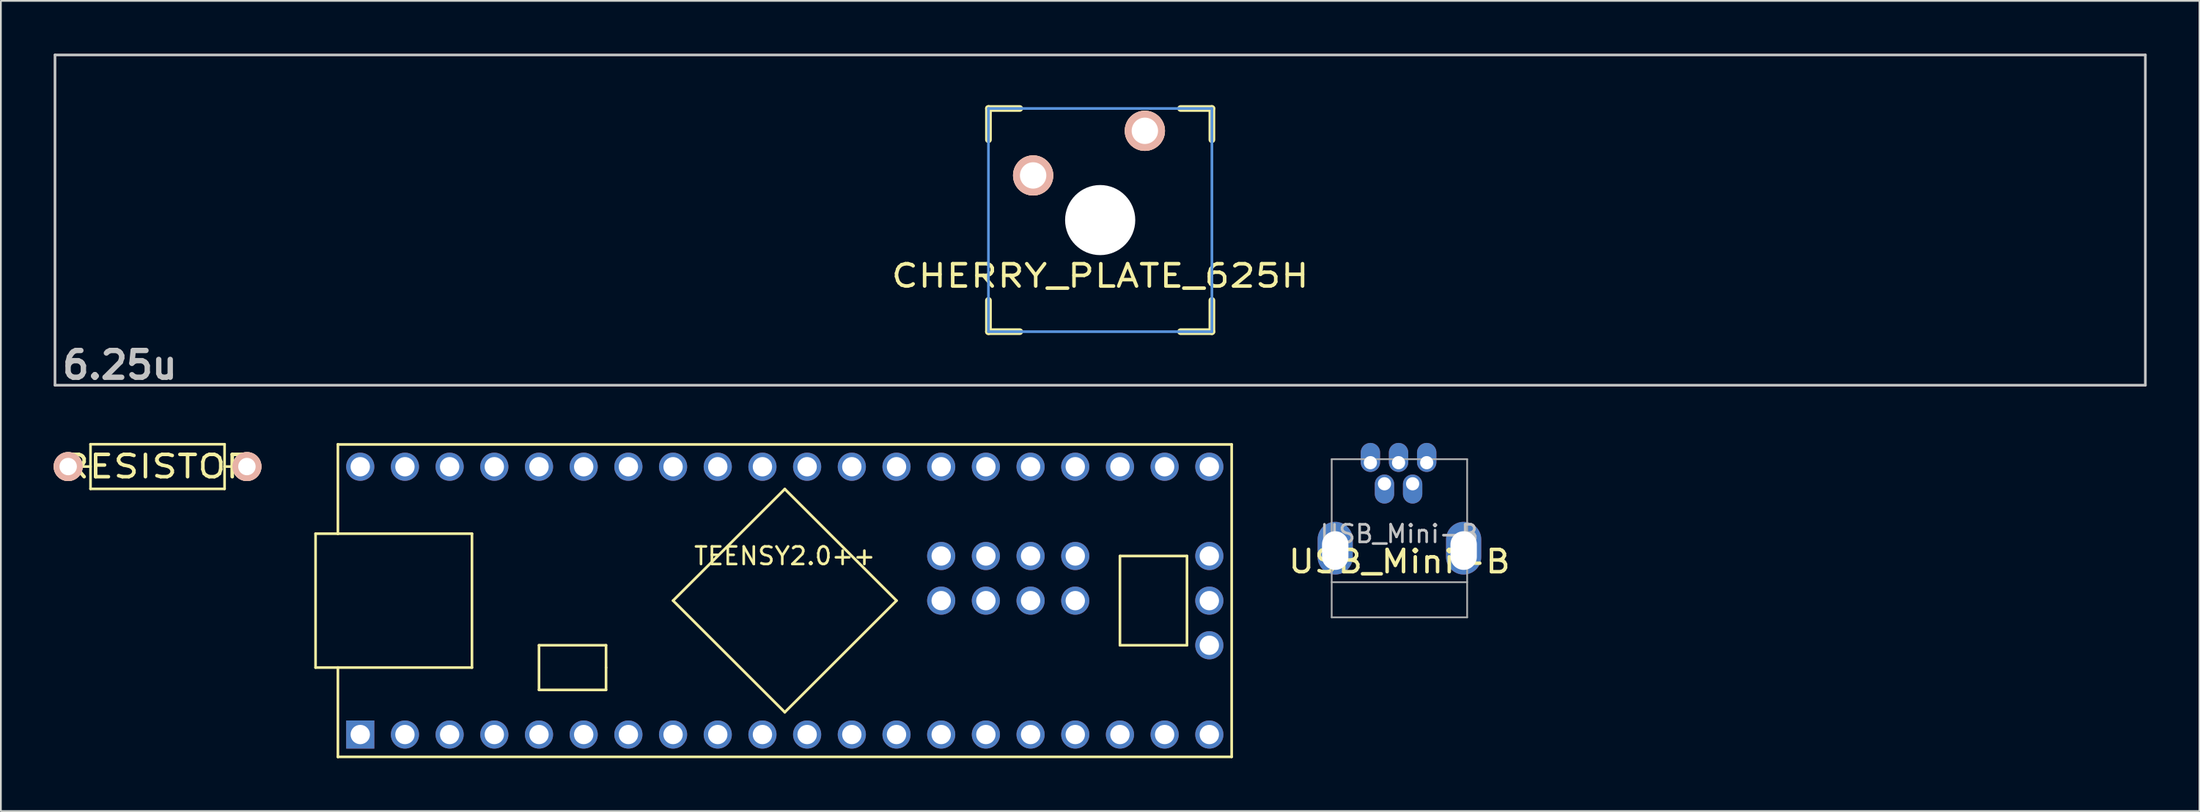
<source format=kicad_pcb>
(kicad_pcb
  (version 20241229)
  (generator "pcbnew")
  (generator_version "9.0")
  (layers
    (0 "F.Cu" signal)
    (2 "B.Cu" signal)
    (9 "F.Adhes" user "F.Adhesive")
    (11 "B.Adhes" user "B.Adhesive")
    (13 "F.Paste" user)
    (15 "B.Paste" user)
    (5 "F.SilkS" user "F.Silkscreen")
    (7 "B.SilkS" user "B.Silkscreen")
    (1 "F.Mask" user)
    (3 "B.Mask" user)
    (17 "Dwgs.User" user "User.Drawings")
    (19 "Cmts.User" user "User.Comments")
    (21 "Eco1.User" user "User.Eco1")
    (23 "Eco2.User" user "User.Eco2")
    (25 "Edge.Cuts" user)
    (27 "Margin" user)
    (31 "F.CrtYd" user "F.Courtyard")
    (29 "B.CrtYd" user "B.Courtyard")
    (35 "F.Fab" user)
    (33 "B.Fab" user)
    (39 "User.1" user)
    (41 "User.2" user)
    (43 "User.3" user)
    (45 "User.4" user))
  (footprint "RESISTOR"
    (layer "F.Cu")
    (at 5.905 23.501)
    (property "Reference" "RESISTOR" (at 0 0 0) (layer "F.SilkS") (effects (font (size 1.27 1.524) (thickness 0.203))))
    (attr through_hole)
    (fp_line (start -3.81 -1.27) (end -3.81 1.27) (stroke (width 0.15) (type solid)) (layer "F.SilkS"))
    (fp_line (start -3.81 0) (end -4.445 0) (stroke (width 0.15) (type solid)) (layer "F.SilkS"))
    (fp_line (start -3.81 1.27) (end 3.81 1.27) (stroke (width 0.15) (type solid)) (layer "F.SilkS"))
    (fp_line (start 3.81 -1.27) (end -3.81 -1.27) (stroke (width 0.15) (type solid)) (layer "F.SilkS"))
    (fp_line (start 3.81 0) (end 4.445 0) (stroke (width 0.15) (type solid)) (layer "F.SilkS"))
    (fp_line (start 3.81 1.27) (end 3.81 -1.27) (stroke (width 0.15) (type solid)) (layer "F.SilkS"))
    (pad "1" thru_hole circle (at -5.08 0) (size 1.651 1.651) (drill 0.991) (layers "*.Cu" "*.SilkS" "*.Mask"))
    (pad "2" thru_hole circle (at 5.08 0) (size 1.651 1.651) (drill 0.991) (layers "*.Cu" "*.SilkS" "*.Mask")))
  (footprint "CHERRY_PLATE_625H"
    (layer "F.Cu")
    (at 59.482 9.474)
    (property "Reference" "CHERRY_PLATE_625H" (at 0 3.175 0) (layer "F.SilkS") (effects (font (size 1.27 1.524) (thickness 0.203))))
    (attr through_hole)
    (fp_line (start -6.35 -6.35) (end -4.572 -6.35) (stroke (width 0.381) (type solid)) (layer "F.SilkS"))
    (fp_line (start -6.35 -4.572) (end -6.35 -6.35) (stroke (width 0.381) (type solid)) (layer "F.SilkS"))
    (fp_line (start -6.35 6.35) (end -6.35 4.572) (stroke (width 0.381) (type solid)) (layer "F.SilkS"))
    (fp_line (start -4.572 6.35) (end -6.35 6.35) (stroke (width 0.381) (type solid)) (layer "F.SilkS"))
    (fp_line (start 4.572 -6.35) (end 6.35 -6.35) (stroke (width 0.381) (type solid)) (layer "F.SilkS"))
    (fp_line (start 6.35 -6.35) (end 6.35 -4.572) (stroke (width 0.381) (type solid)) (layer "F.SilkS"))
    (fp_line (start 6.35 4.572) (end 6.35 6.35) (stroke (width 0.381) (type solid)) (layer "F.SilkS"))
    (fp_line (start 6.35 6.35) (end 4.572 6.35) (stroke (width 0.381) (type solid)) (layer "F.SilkS"))
    (fp_line (start -59.406 -9.398) (end 59.406 -9.398) (stroke (width 0.152) (type solid)) (layer "Dwgs.User"))
    (fp_line (start -59.406 9.398) (end -59.406 -9.398) (stroke (width 0.152) (type solid)) (layer "Dwgs.User"))
    (fp_line (start 59.406 -9.398) (end 59.406 9.398) (stroke (width 0.152) (type solid)) (layer "Dwgs.User"))
    (fp_line (start 59.406 9.398) (end -59.406 9.398) (stroke (width 0.152) (type solid)) (layer "Dwgs.User"))
    (fp_line (start -6.35 -6.35) (end 6.35 -6.35) (stroke (width 0.152) (type solid)) (layer "Cmts.User"))
    (fp_line (start -6.35 6.35) (end -6.35 -6.35) (stroke (width 0.152) (type solid)) (layer "Cmts.User"))
    (fp_line (start 6.35 -6.35) (end 6.35 6.35) (stroke (width 0.152) (type solid)) (layer "Cmts.User"))
    (fp_line (start 6.35 6.35) (end -6.35 6.35) (stroke (width 0.152) (type solid)) (layer "Cmts.User"))
    (fp_text user "6.25u" (at -55.723 8.255 0) (layer "Dwgs.User") (effects (font (size 1.524 1.524) (thickness 0.305))))
    (pad "" np_thru_hole circle (at 0 0) (size 3.988 3.988) (drill 3.988) (layers "*.Cu"))
    (pad "1" thru_hole circle (at 2.54 -5.08) (size 2.286 2.286) (drill 1.499) (layers "*.Cu" "*.SilkS" "*.Mask"))
    (pad "2" thru_hole circle (at -3.81 -2.54) (size 2.286 2.286) (drill 1.499) (layers "*.Cu" "*.SilkS" "*.Mask")))
  (footprint "USB_Mini-B"
    (layer "F.Cu")
    (at 80.301 32.081)
    (property "Reference" "USB_Mini-B" (at -3.81 -3.175 0) (layer "F.SilkS") (effects (font (size 1.27 1.4) (thickness 0.2))))
    (attr smd)
    (fp_line (start -7.66 -9) (end -7.66 0) (stroke (width 0.1) (type solid)) (layer "F.Fab"))
    (fp_line (start -7.66 -9) (end 0.04 -9) (stroke (width 0.1) (type solid)) (layer "F.Fab"))
    (fp_line (start -7.66 -2) (end 0.04 -2) (stroke (width 0.1) (type solid)) (layer "F.Fab"))
    (fp_line (start -7.66 0) (end 0.04 0) (stroke (width 0.1) (type solid)) (layer "F.Fab"))
    (fp_line (start 0.04 0) (end 0.04 -9) (stroke (width 0.1) (type solid)) (layer "F.Fab"))
    (fp_text user "${REFERENCE}" (at -3.81 -4.75 0) (layer "Dwgs.User") (effects (font (size 1 1) (thickness 0.15))))
    (pad "1" thru_hole oval (at -2.26 -8.8) (size 1.1 1.65) (drill oval 0.75 (offset 0 -0.3)) (layers "*.Cu" "*.Mask"))
    (pad "2" thru_hole oval (at -3.86 -8.8) (size 1.1 1.65) (drill oval 0.75 (offset 0 -0.3)) (layers "*.Cu" "*.Mask"))
    (pad "3" thru_hole oval (at -5.46 -8.8) (size 1.1 1.65) (drill oval 0.75 (offset 0 -0.3)) (layers "*.Cu" "*.Mask"))
    (pad "4" thru_hole oval (at -3.06 -7.6) (size 1.1 1.65) (drill oval 0.75 (offset 0 0.3)) (layers "*.Cu" "*.Mask"))
    (pad "5" thru_hole oval (at -4.66 -7.6) (size 1.1 1.65) (drill oval 0.75 (offset 0 0.3)) (layers "*.Cu" "*.Mask"))
    (pad "6" thru_hole oval (at -0.16 -3.8) (size 2 3) (drill oval 1.5 2.2 (offset 0 -0.135)) (layers "*.Cu" "*.Mask"))
    (pad "7" thru_hole oval (at -7.46 -3.8) (size 2 3) (drill oval 1.5 2.2 (offset 0 -0.135)) (layers "*.Cu" "*.Mask")))
  (footprint "TEENSY2.0++"
    (layer "F.Cu")
    (at 41.556 31.131)
    (property "Reference" "TEENSY2.0++" (at 0 -2.54 0) (layer "F.SilkS") (effects (font (size 1 1) (thickness 0.15))))
    (attr through_hole)
    (fp_line (start -26.67 -3.81) (end -26.67 3.81) (stroke (width 0.15) (type solid)) (layer "F.SilkS"))
    (fp_line (start -25.4 -8.9) (end -25.4 -3.8) (stroke (width 0.15) (type solid)) (layer "F.SilkS"))
    (fp_line (start -25.4 -8.89) (end 25.4 -8.89) (stroke (width 0.15) (type solid)) (layer "F.SilkS"))
    (fp_line (start -25.4 8.9) (end -25.4 3.8) (stroke (width 0.15) (type solid)) (layer "F.SilkS"))
    (fp_line (start -17.78 -3.81) (end -26.67 -3.81) (stroke (width 0.15) (type solid)) (layer "F.SilkS"))
    (fp_line (start -17.78 3.81) (end -26.67 3.81) (stroke (width 0.15) (type solid)) (layer "F.SilkS"))
    (fp_line (start -17.78 3.81) (end -17.78 -3.81) (stroke (width 0.15) (type solid)) (layer "F.SilkS"))
    (fp_line (start -13.97 2.54) (end -13.97 5.08) (stroke (width 0.15) (type solid)) (layer "F.SilkS"))
    (fp_line (start -13.97 5.08) (end -10.16 5.08) (stroke (width 0.15) (type solid)) (layer "F.SilkS"))
    (fp_line (start -10.16 2.54) (end -13.97 2.54) (stroke (width 0.15) (type solid)) (layer "F.SilkS"))
    (fp_line (start -10.16 3.81) (end -10.16 2.54) (stroke (width 0.15) (type solid)) (layer "F.SilkS"))
    (fp_line (start -10.16 5.08) (end -10.16 3.81) (stroke (width 0.15) (type solid)) (layer "F.SilkS"))
    (fp_line (start -6.35 0) (end 0 -6.35) (stroke (width 0.15) (type solid)) (layer "F.SilkS"))
    (fp_line (start 0 -6.35) (end 6.35 0) (stroke (width 0.15) (type solid)) (layer "F.SilkS"))
    (fp_line (start 0 6.35) (end -6.35 0) (stroke (width 0.15) (type solid)) (layer "F.SilkS"))
    (fp_line (start 6.35 0) (end 0 6.35) (stroke (width 0.15) (type solid)) (layer "F.SilkS"))
    (fp_line (start 19.05 -2.54) (end 22.86 -2.54) (stroke (width 0.15) (type solid)) (layer "F.SilkS"))
    (fp_line (start 19.05 2.54) (end 19.05 -2.54) (stroke (width 0.15) (type solid)) (layer "F.SilkS"))
    (fp_line (start 22.86 -2.54) (end 22.86 2.54) (stroke (width 0.15) (type solid)) (layer "F.SilkS"))
    (fp_line (start 22.86 2.54) (end 19.05 2.54) (stroke (width 0.15) (type solid)) (layer "F.SilkS"))
    (fp_line (start 25.4 -8.89) (end 25.4 8.89) (stroke (width 0.15) (type solid)) (layer "F.SilkS"))
    (fp_line (start 25.4 8.89) (end -25.4 8.89) (stroke (width 0.15) (type solid)) (layer "F.SilkS"))
    (pad "1" thru_hole rect (at -24.13 7.62) (size 1.6 1.6) (drill 1.1) (layers "*.Cu" "*.Mask"))
    (pad "2" thru_hole circle (at -21.59 7.62) (size 1.6 1.6) (drill 1.1) (layers "*.Cu" "*.Mask"))
    (pad "3" thru_hole circle (at -19.05 7.62) (size 1.6 1.6) (drill 1.1) (layers "*.Cu" "*.Mask"))
    (pad "4" thru_hole circle (at -16.51 7.62) (size 1.6 1.6) (drill 1.1) (layers "*.Cu" "*.Mask"))
    (pad "5" thru_hole circle (at -13.97 7.62) (size 1.6 1.6) (drill 1.1) (layers "*.Cu" "*.Mask"))
    (pad "6" thru_hole circle (at -11.43 7.62) (size 1.6 1.6) (drill 1.1) (layers "*.Cu" "*.Mask"))
    (pad "7" thru_hole circle (at -8.89 7.62) (size 1.6 1.6) (drill 1.1) (layers "*.Cu" "*.Mask"))
    (pad "8" thru_hole circle (at -6.35 7.62) (size 1.6 1.6) (drill 1.1) (layers "*.Cu" "*.Mask"))
    (pad "9" thru_hole circle (at -3.81 7.62) (size 1.6 1.6) (drill 1.1) (layers "*.Cu" "*.Mask"))
    (pad "10" thru_hole circle (at -1.27 7.62) (size 1.6 1.6) (drill 1.1) (layers "*.Cu" "*.Mask"))
    (pad "11" thru_hole circle (at 1.27 7.62) (size 1.6 1.6) (drill 1.1) (layers "*.Cu" "*.Mask"))
    (pad "12" thru_hole circle (at 3.81 7.62) (size 1.6 1.6) (drill 1.1) (layers "*.Cu" "*.Mask"))
    (pad "13" thru_hole circle (at 6.35 7.62) (size 1.6 1.6) (drill 1.1) (layers "*.Cu" "*.Mask"))
    (pad "14" thru_hole circle (at 8.89 7.62) (size 1.6 1.6) (drill 1.1) (layers "*.Cu" "*.Mask"))
    (pad "15" thru_hole circle (at 11.43 7.62) (size 1.6 1.6) (drill 1.1) (layers "*.Cu" "*.Mask"))
    (pad "16" thru_hole circle (at 13.97 7.62) (size 1.6 1.6) (drill 1.1) (layers "*.Cu" "*.Mask"))
    (pad "17" thru_hole circle (at 16.51 7.62) (size 1.6 1.6) (drill 1.1) (layers "*.Cu" "*.Mask"))
    (pad "18" thru_hole circle (at 19.05 7.62) (size 1.6 1.6) (drill 1.1) (layers "*.Cu" "*.Mask"))
    (pad "19" thru_hole circle (at 21.59 7.62) (size 1.6 1.6) (drill 1.1) (layers "*.Cu" "*.Mask"))
    (pad "20" thru_hole circle (at 24.13 7.62) (size 1.6 1.6) (drill 1.1) (layers "*.Cu" "*.Mask"))
    (pad "21" thru_hole circle (at 24.13 2.54) (size 1.6 1.6) (drill 1.1) (layers "*.Cu" "*.Mask"))
    (pad "22" thru_hole circle (at 24.13 0) (size 1.6 1.6) (drill 1.1) (layers "*.Cu" "*.Mask"))
    (pad "23" thru_hole circle (at 24.13 -2.54) (size 1.6 1.6) (drill 1.1) (layers "*.Cu" "*.Mask"))
    (pad "24" thru_hole circle (at 24.13 -7.62) (size 1.6 1.6) (drill 1.1) (layers "*.Cu" "*.Mask"))
    (pad "25" thru_hole circle (at 21.59 -7.62) (size 1.6 1.6) (drill 1.1) (layers "*.Cu" "*.Mask"))
    (pad "26" thru_hole circle (at 19.05 -7.62) (size 1.6 1.6) (drill 1.1) (layers "*.Cu" "*.Mask"))
    (pad "27" thru_hole circle (at 16.51 -7.62) (size 1.6 1.6) (drill 1.1) (layers "*.Cu" "*.Mask"))
    (pad "28" thru_hole circle (at 13.97 -7.62) (size 1.6 1.6) (drill 1.1) (layers "*.Cu" "*.Mask"))
    (pad "29" thru_hole circle (at 11.43 -7.62) (size 1.6 1.6) (drill 1.1) (layers "*.Cu" "*.Mask"))
    (pad "30" thru_hole circle (at 8.89 -7.62) (size 1.6 1.6) (drill 1.1) (layers "*.Cu" "*.Mask"))
    (pad "31" thru_hole circle (at 6.35 -7.62) (size 1.6 1.6) (drill 1.1) (layers "*.Cu" "*.Mask"))
    (pad "32" thru_hole circle (at 3.81 -7.62) (size 1.6 1.6) (drill 1.1) (layers "*.Cu" "*.Mask"))
    (pad "33" thru_hole circle (at 1.27 -7.62) (size 1.6 1.6) (drill 1.1) (layers "*.Cu" "*.Mask"))
    (pad "34" thru_hole circle (at -1.27 -7.62) (size 1.6 1.6) (drill 1.1) (layers "*.Cu" "*.Mask"))
    (pad "35" thru_hole circle (at -3.81 -7.62) (size 1.6 1.6) (drill 1.1) (layers "*.Cu" "*.Mask"))
    (pad "36" thru_hole circle (at -6.35 -7.62) (size 1.6 1.6) (drill 1.1) (layers "*.Cu" "*.Mask"))
    (pad "37" thru_hole circle (at -8.89 -7.62) (size 1.6 1.6) (drill 1.1) (layers "*.Cu" "*.Mask"))
    (pad "38" thru_hole circle (at -11.43 -7.62) (size 1.6 1.6) (drill 1.1) (layers "*.Cu" "*.Mask"))
    (pad "39" thru_hole circle (at -13.97 -7.62) (size 1.6 1.6) (drill 1.1) (layers "*.Cu" "*.Mask"))
    (pad "40" thru_hole circle (at -16.51 -7.62) (size 1.6 1.6) (drill 1.1) (layers "*.Cu" "*.Mask"))
    (pad "41" thru_hole circle (at -19.05 -7.62) (size 1.6 1.6) (drill 1.1) (layers "*.Cu" "*.Mask"))
    (pad "42" thru_hole circle (at -21.59 -7.62) (size 1.6 1.6) (drill 1.1) (layers "*.Cu" "*.Mask"))
    (pad "43" thru_hole circle (at -24.13 -7.62) (size 1.6 1.6) (drill 1.1) (layers "*.Cu" "*.Mask"))
    (pad "44" thru_hole circle (at 8.89 -2.54) (size 1.6 1.6) (drill 1.1) (layers "*.Cu" "*.Mask"))
    (pad "45" thru_hole circle (at 11.43 -2.54) (size 1.6 1.6) (drill 1.1) (layers "*.Cu" "*.Mask"))
    (pad "46" thru_hole circle (at 13.97 -2.54) (size 1.6 1.6) (drill 1.1) (layers "*.Cu" "*.Mask"))
    (pad "47" thru_hole circle (at 16.51 -2.54) (size 1.6 1.6) (drill 1.1) (layers "*.Cu" "*.Mask"))
    (pad "48" thru_hole circle (at 8.89 0) (size 1.6 1.6) (drill 1.1) (layers "*.Cu" "*.Mask"))
    (pad "49" thru_hole circle (at 11.43 0) (size 1.6 1.6) (drill 1.1) (layers "*.Cu" "*.Mask"))
    (pad "50" thru_hole circle (at 13.97 0) (size 1.6 1.6) (drill 1.1) (layers "*.Cu" "*.Mask"))
    (pad "51" thru_hole circle (at 16.51 0) (size 1.6 1.6) (drill 1.1) (layers "*.Cu" "*.Mask")))
  (gr_rect
    (start -3 -3)
    (end 121.963 43.106)
    (stroke (width 0.1) (type default))
    (fill no)
    (layer "Edge.Cuts")))
</source>
